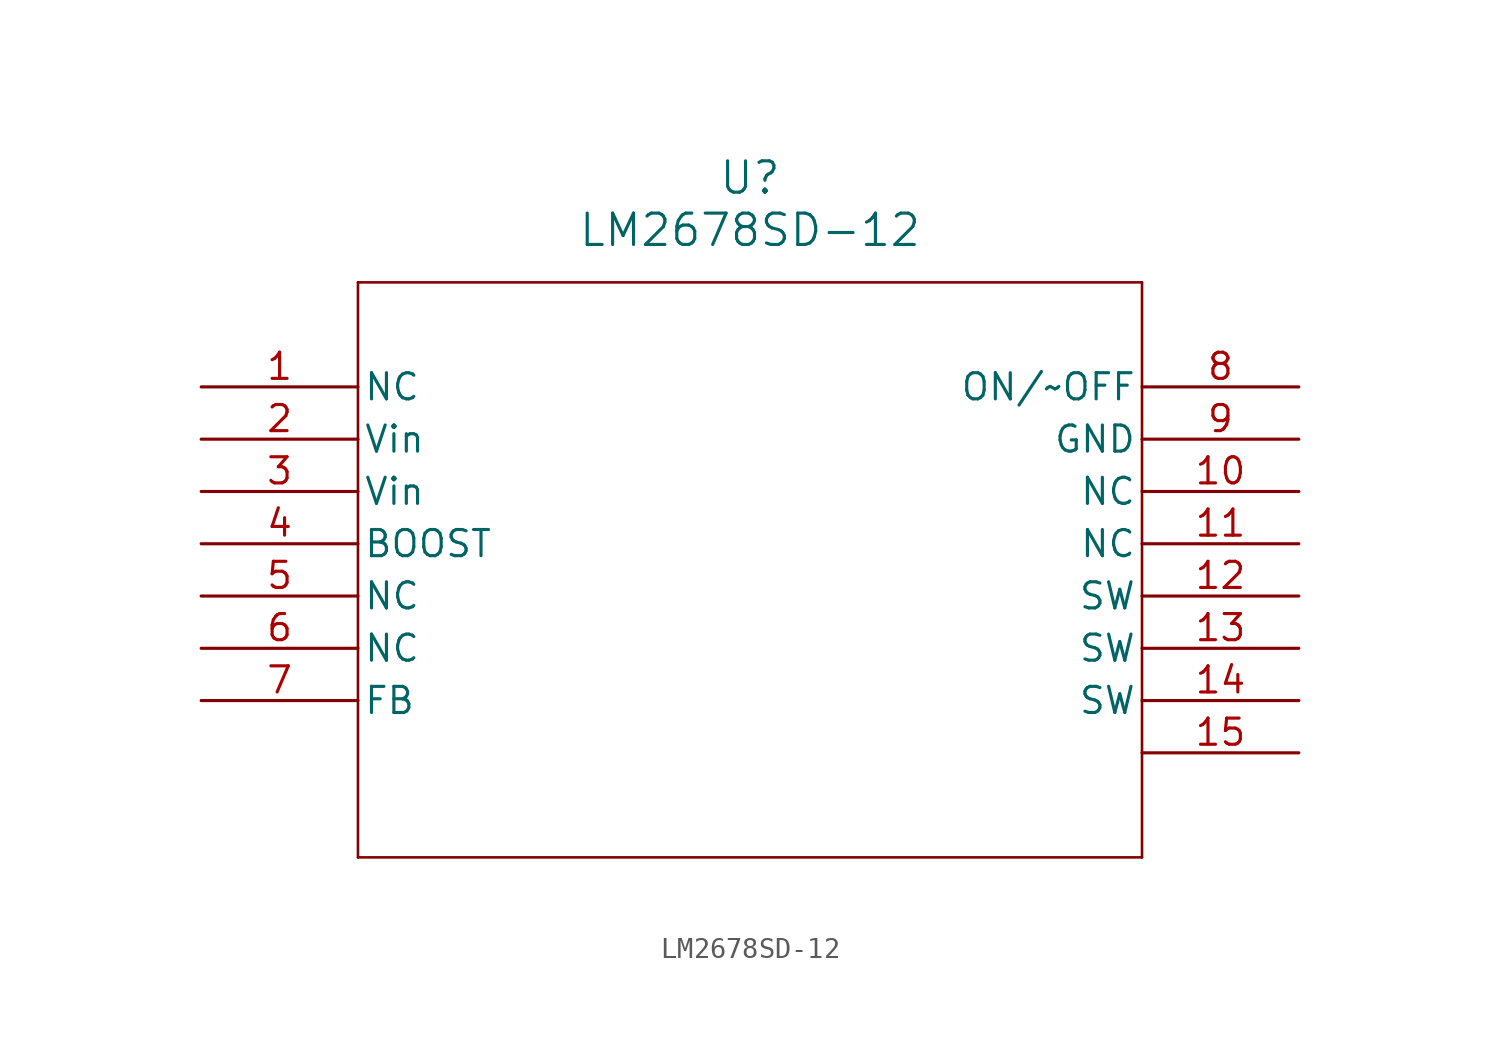
<source format=kicad_sym>
(kicad_symbol_lib
  (version 20211014)
  (generator kicad_symbol_editor)
  (symbol "LM2678SD-12"
    (pin_names
      (offset 0.254))
    (property "Reference" "U"
      (at 26.67 10.16 0)
      (effects (font (size 1.524 1.524))))
    (property "Value" "LM2678SD-12"
      (at 26.67 7.62 0)
      (effects (font (size 1.524 1.524))))
    (symbol "LM2678SD-12_0_1"
      (polyline (pts (xy 7.62 5.08) (xy 7.62 -22.86)) (stroke (width 0.127) (type default) (color 0 0 0 0)) (fill (type none)))
      (polyline (pts (xy 7.62 -22.86) (xy 45.72 -22.86)) (stroke (width 0.127) (type default) (color 0 0 0 0)) (fill (type none)))
      (polyline (pts (xy 45.72 -22.86) (xy 45.72 5.08)) (stroke (width 0.127) (type default) (color 0 0 0 0)) (fill (type none)))
      (polyline (pts (xy 45.72 5.08) (xy 7.62 5.08)) (stroke (width 0.127) (type default) (color 0 0 0 0)) (fill (type none)))
      (pin passive line (at 0 0 0) (length 7.62) (name "NC" (effects (font (size 1.27 1.27)))) (number "1" (effects (font (size 1.27 1.27)))))
      (pin input line (at 0 -2.54 0) (length 7.62) (name "Vin" (effects (font (size 1.27 1.27)))) (number "2" (effects (font (size 1.27 1.27)))))
      (pin input line (at 0 -5.08 0) (length 7.62) (name "Vin" (effects (font (size 1.27 1.27)))) (number "3" (effects (font (size 1.27 1.27)))))
      (pin passive line (at 0 -7.62 0) (length 7.62) (name "BOOST" (effects (font (size 1.27 1.27)))) (number "4" (effects (font (size 1.27 1.27)))))
      (pin passive line (at 0 -10.16 0) (length 7.62) (name "NC" (effects (font (size 1.27 1.27)))) (number "5" (effects (font (size 1.27 1.27)))))
      (pin passive line (at 0 -12.7 0) (length 7.62) (name "NC" (effects (font (size 1.27 1.27)))) (number "6" (effects (font (size 1.27 1.27)))))
      (pin passive line (at 0 -15.24 0) (length 7.62) (name "FB" (effects (font (size 1.27 1.27)))) (number "7" (effects (font (size 1.27 1.27)))))
      (pin passive line (at 53.34 0 180) (length 7.62) (name "ON/~OFF" (effects (font (size 1.27 1.27)))) (number "8" (effects (font (size 1.27 1.27)))))
      (pin passive line (at 53.34 -2.54 180) (length 7.62) (name "GND" (effects (font (size 1.27 1.27)))) (number "9" (effects (font (size 1.27 1.27)))))
      (pin passive line (at 53.34 -5.08 180) (length 7.62) (name "NC" (effects (font (size 1.27 1.27)))) (number "10" (effects (font (size 1.27 1.27)))))
      (pin passive line (at 53.34 -7.62 180) (length 7.62) (name "NC" (effects (font (size 1.27 1.27)))) (number "11" (effects (font (size 1.27 1.27)))))
      (pin output line (at 53.34 -10.16 180) (length 7.62) (name "SW" (effects (font (size 1.27 1.27)))) (number "12" (effects (font (size 1.27 1.27)))))
      (pin output line (at 53.34 -12.7 180) (length 7.62) (name "SW" (effects (font (size 1.27 1.27)))) (number "13" (effects (font (size 1.27 1.27)))))
      (pin output line (at 53.34 -15.24 180) (length 7.62) (name "SW" (effects (font (size 1.27 1.27)))) (number "14" (effects (font (size 1.27 1.27)))))
      (pin unspecified line (at 53.34 -17.78 180) (length 7.62) (name "" (effects (font (size 1.27 1.27)))) (number "15" (effects (font (size 1.27 1.27))))))))
</source>
